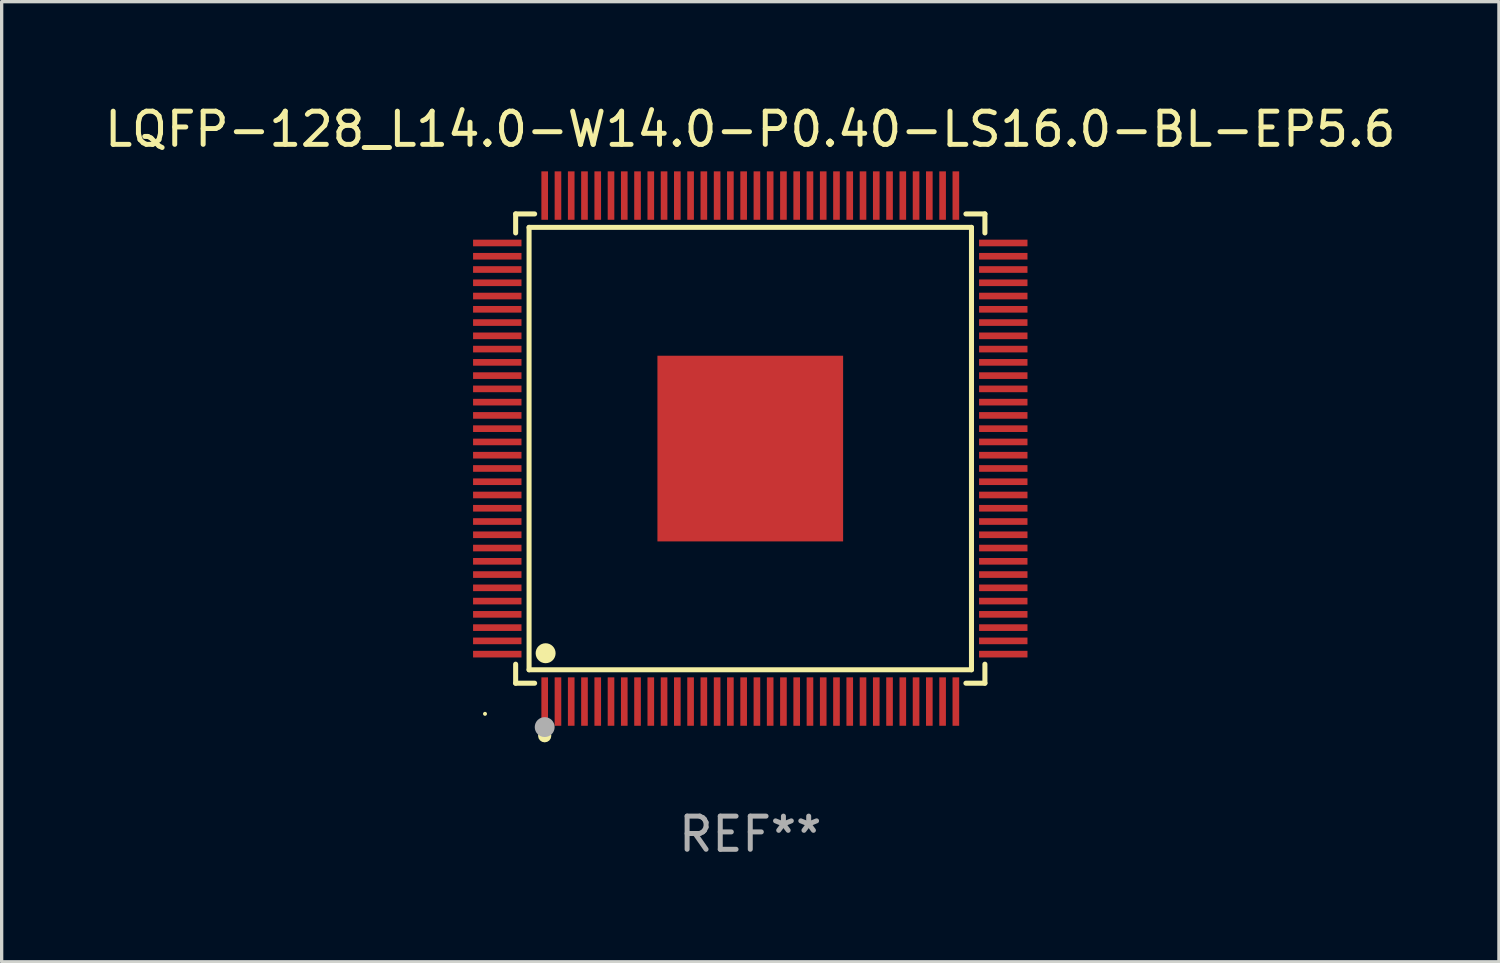
<source format=kicad_pcb>
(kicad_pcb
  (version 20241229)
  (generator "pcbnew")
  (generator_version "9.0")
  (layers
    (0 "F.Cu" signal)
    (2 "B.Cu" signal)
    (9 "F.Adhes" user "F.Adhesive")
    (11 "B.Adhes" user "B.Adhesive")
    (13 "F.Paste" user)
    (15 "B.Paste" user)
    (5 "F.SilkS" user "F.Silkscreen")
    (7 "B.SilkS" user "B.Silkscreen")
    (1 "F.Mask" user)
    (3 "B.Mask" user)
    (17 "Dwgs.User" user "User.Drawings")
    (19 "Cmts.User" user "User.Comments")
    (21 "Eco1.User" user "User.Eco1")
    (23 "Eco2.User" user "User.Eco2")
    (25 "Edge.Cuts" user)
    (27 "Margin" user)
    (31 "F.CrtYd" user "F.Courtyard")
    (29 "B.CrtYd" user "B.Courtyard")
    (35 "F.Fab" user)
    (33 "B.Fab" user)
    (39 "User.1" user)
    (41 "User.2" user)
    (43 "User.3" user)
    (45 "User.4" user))
  (footprint "LQFP-128_L14.0-W14.0-P0.40-LS16.0-BL-EP5.6"
    (layer "F.Cu")
    (at 19.577 10.478)
    (property "Reference" "LQFP-128_L14.0-W14.0-P0.40-LS16.0-BL-EP5.6" (at -0.000051 -9.63 0) (layer "F.SilkS") (effects (font (size 1 1) (thickness 0.15))))
    (attr through_hole)
    (fp_line (start -7.076 -7.076) (end -6.503 -7.076) (stroke (width 0.152) (type solid)) (layer "F.SilkS"))
    (fp_line (start -7.076 -6.503) (end -7.076 -7.076) (stroke (width 0.152) (type solid)) (layer "F.SilkS"))
    (fp_line (start -7.076 6.503) (end -7.076 7.076) (stroke (width 0.152) (type solid)) (layer "F.SilkS"))
    (fp_line (start -7.076 7.076) (end -6.503 7.076) (stroke (width 0.152) (type solid)) (layer "F.SilkS"))
    (fp_line (start -6.671 -6.671) (end 6.671 -6.671) (stroke (width 0.152) (type solid)) (layer "F.SilkS"))
    (fp_line (start -6.671 6.671) (end -6.671 -6.671) (stroke (width 0.152) (type solid)) (layer "F.SilkS"))
    (fp_line (start 6.671 -6.671) (end 6.671 6.671) (stroke (width 0.152) (type solid)) (layer "F.SilkS"))
    (fp_line (start 6.671 6.671) (end -6.671 6.671) (stroke (width 0.152) (type solid)) (layer "F.SilkS"))
    (fp_line (start 7.076 -7.076) (end 6.503 -7.076) (stroke (width 0.152) (type solid)) (layer "F.SilkS"))
    (fp_line (start 7.076 -6.503) (end 7.076 -7.076) (stroke (width 0.152) (type solid)) (layer "F.SilkS"))
    (fp_line (start 7.076 6.503) (end 7.076 7.076) (stroke (width 0.152) (type solid)) (layer "F.SilkS"))
    (fp_line (start 7.076 7.076) (end 6.503 7.076) (stroke (width 0.152) (type solid)) (layer "F.SilkS"))
    (fp_circle (center -8 8) (end -7.97 8) (stroke (width 0.06) (type solid)) (fill no) (layer "F.SilkS"))
    (fp_circle (center -6.2 8.66) (end -6.1 8.66) (stroke (width 0.2) (type solid)) (fill no) (layer "F.SilkS"))
    (fp_circle (center -6.172 6.172) (end -6.021 6.172) (stroke (width 0.3) (type solid)) (fill no) (layer "F.SilkS"))
    (fp_circle (center -6.2 8.4) (end -6.05 8.4) (stroke (width 0.3) (type solid)) (fill no) (layer "F.Fab"))
    (fp_text user "REF**" (at -0.000051 11.63 0) (layer "F.Fab") (effects (font (size 1 1) (thickness 0.15))))
    (pad "1" smd rect (at -6.2 7.63) (size 0.2 1.46) (layers "F.Cu" "F.Mask" "F.Paste"))
    (pad "2" smd rect (at -5.8 7.63) (size 0.2 1.46) (layers "F.Cu" "F.Mask" "F.Paste"))
    (pad "3" smd rect (at -5.4 7.63) (size 0.2 1.46) (layers "F.Cu" "F.Mask" "F.Paste"))
    (pad "4" smd rect (at -5 7.63) (size 0.2 1.46) (layers "F.Cu" "F.Mask" "F.Paste"))
    (pad "5" smd rect (at -4.6 7.63) (size 0.2 1.46) (layers "F.Cu" "F.Mask" "F.Paste"))
    (pad "6" smd rect (at -4.2 7.63) (size 0.2 1.46) (layers "F.Cu" "F.Mask" "F.Paste"))
    (pad "7" smd rect (at -3.8 7.63) (size 0.2 1.46) (layers "F.Cu" "F.Mask" "F.Paste"))
    (pad "8" smd rect (at -3.4 7.63) (size 0.2 1.46) (layers "F.Cu" "F.Mask" "F.Paste"))
    (pad "9" smd rect (at -3 7.63) (size 0.2 1.46) (layers "F.Cu" "F.Mask" "F.Paste"))
    (pad "10" smd rect (at -2.6 7.63) (size 0.2 1.46) (layers "F.Cu" "F.Mask" "F.Paste"))
    (pad "11" smd rect (at -2.2 7.63) (size 0.2 1.46) (layers "F.Cu" "F.Mask" "F.Paste"))
    (pad "12" smd rect (at -1.8 7.63) (size 0.2 1.46) (layers "F.Cu" "F.Mask" "F.Paste"))
    (pad "13" smd rect (at -1.4 7.63) (size 0.2 1.46) (layers "F.Cu" "F.Mask" "F.Paste"))
    (pad "14" smd rect (at -1 7.63) (size 0.2 1.46) (layers "F.Cu" "F.Mask" "F.Paste"))
    (pad "15" smd rect (at -0.6 7.63) (size 0.2 1.46) (layers "F.Cu" "F.Mask" "F.Paste"))
    (pad "16" smd rect (at -0.2 7.63) (size 0.2 1.46) (layers "F.Cu" "F.Mask" "F.Paste"))
    (pad "17" smd rect (at 0.2 7.63) (size 0.2 1.46) (layers "F.Cu" "F.Mask" "F.Paste"))
    (pad "18" smd rect (at 0.6 7.63) (size 0.2 1.46) (layers "F.Cu" "F.Mask" "F.Paste"))
    (pad "19" smd rect (at 1 7.63) (size 0.2 1.46) (layers "F.Cu" "F.Mask" "F.Paste"))
    (pad "20" smd rect (at 1.4 7.63) (size 0.2 1.46) (layers "F.Cu" "F.Mask" "F.Paste"))
    (pad "21" smd rect (at 1.8 7.63) (size 0.2 1.46) (layers "F.Cu" "F.Mask" "F.Paste"))
    (pad "22" smd rect (at 2.2 7.63) (size 0.2 1.46) (layers "F.Cu" "F.Mask" "F.Paste"))
    (pad "23" smd rect (at 2.6 7.63) (size 0.2 1.46) (layers "F.Cu" "F.Mask" "F.Paste"))
    (pad "24" smd rect (at 3 7.63) (size 0.2 1.46) (layers "F.Cu" "F.Mask" "F.Paste"))
    (pad "25" smd rect (at 3.4 7.63) (size 0.2 1.46) (layers "F.Cu" "F.Mask" "F.Paste"))
    (pad "26" smd rect (at 3.8 7.63) (size 0.2 1.46) (layers "F.Cu" "F.Mask" "F.Paste"))
    (pad "27" smd rect (at 4.2 7.63) (size 0.2 1.46) (layers "F.Cu" "F.Mask" "F.Paste"))
    (pad "28" smd rect (at 4.6 7.63) (size 0.2 1.46) (layers "F.Cu" "F.Mask" "F.Paste"))
    (pad "29" smd rect (at 5 7.63) (size 0.2 1.46) (layers "F.Cu" "F.Mask" "F.Paste"))
    (pad "30" smd rect (at 5.4 7.63) (size 0.2 1.46) (layers "F.Cu" "F.Mask" "F.Paste"))
    (pad "31" smd rect (at 5.8 7.63) (size 0.2 1.46) (layers "F.Cu" "F.Mask" "F.Paste"))
    (pad "32" smd rect (at 6.2 7.63) (size 0.2 1.46) (layers "F.Cu" "F.Mask" "F.Paste"))
    (pad "33" smd rect (at 7.63 6.2) (size 1.46 0.2) (layers "F.Cu" "F.Mask" "F.Paste"))
    (pad "34" smd rect (at 7.63 5.8) (size 1.46 0.2) (layers "F.Cu" "F.Mask" "F.Paste"))
    (pad "35" smd rect (at 7.63 5.4) (size 1.46 0.2) (layers "F.Cu" "F.Mask" "F.Paste"))
    (pad "36" smd rect (at 7.63 5) (size 1.46 0.2) (layers "F.Cu" "F.Mask" "F.Paste"))
    (pad "37" smd rect (at 7.63 4.6) (size 1.46 0.2) (layers "F.Cu" "F.Mask" "F.Paste"))
    (pad "38" smd rect (at 7.63 4.2) (size 1.46 0.2) (layers "F.Cu" "F.Mask" "F.Paste"))
    (pad "39" smd rect (at 7.63 3.8) (size 1.46 0.2) (layers "F.Cu" "F.Mask" "F.Paste"))
    (pad "40" smd rect (at 7.63 3.4) (size 1.46 0.2) (layers "F.Cu" "F.Mask" "F.Paste"))
    (pad "41" smd rect (at 7.63 3) (size 1.46 0.2) (layers "F.Cu" "F.Mask" "F.Paste"))
    (pad "42" smd rect (at 7.63 2.6) (size 1.46 0.2) (layers "F.Cu" "F.Mask" "F.Paste"))
    (pad "43" smd rect (at 7.63 2.2) (size 1.46 0.2) (layers "F.Cu" "F.Mask" "F.Paste"))
    (pad "44" smd rect (at 7.63 1.8) (size 1.46 0.2) (layers "F.Cu" "F.Mask" "F.Paste"))
    (pad "45" smd rect (at 7.63 1.4) (size 1.46 0.2) (layers "F.Cu" "F.Mask" "F.Paste"))
    (pad "46" smd rect (at 7.63 1) (size 1.46 0.2) (layers "F.Cu" "F.Mask" "F.Paste"))
    (pad "47" smd rect (at 7.63 0.6) (size 1.46 0.2) (layers "F.Cu" "F.Mask" "F.Paste"))
    (pad "48" smd rect (at 7.63 0.2) (size 1.46 0.2) (layers "F.Cu" "F.Mask" "F.Paste"))
    (pad "49" smd rect (at 7.63 -0.2) (size 1.46 0.2) (layers "F.Cu" "F.Mask" "F.Paste"))
    (pad "50" smd rect (at 7.63 -0.6) (size 1.46 0.2) (layers "F.Cu" "F.Mask" "F.Paste"))
    (pad "51" smd rect (at 7.63 -1) (size 1.46 0.2) (layers "F.Cu" "F.Mask" "F.Paste"))
    (pad "52" smd rect (at 7.63 -1.4) (size 1.46 0.2) (layers "F.Cu" "F.Mask" "F.Paste"))
    (pad "53" smd rect (at 7.63 -1.8) (size 1.46 0.2) (layers "F.Cu" "F.Mask" "F.Paste"))
    (pad "54" smd rect (at 7.63 -2.2) (size 1.46 0.2) (layers "F.Cu" "F.Mask" "F.Paste"))
    (pad "55" smd rect (at 7.63 -2.6) (size 1.46 0.2) (layers "F.Cu" "F.Mask" "F.Paste"))
    (pad "56" smd rect (at 7.63 -3) (size 1.46 0.2) (layers "F.Cu" "F.Mask" "F.Paste"))
    (pad "57" smd rect (at 7.63 -3.4) (size 1.46 0.2) (layers "F.Cu" "F.Mask" "F.Paste"))
    (pad "58" smd rect (at 7.63 -3.8) (size 1.46 0.2) (layers "F.Cu" "F.Mask" "F.Paste"))
    (pad "59" smd rect (at 7.63 -4.2) (size 1.46 0.2) (layers "F.Cu" "F.Mask" "F.Paste"))
    (pad "60" smd rect (at 7.63 -4.6) (size 1.46 0.2) (layers "F.Cu" "F.Mask" "F.Paste"))
    (pad "61" smd rect (at 7.63 -5) (size 1.46 0.2) (layers "F.Cu" "F.Mask" "F.Paste"))
    (pad "62" smd rect (at 7.63 -5.4) (size 1.46 0.2) (layers "F.Cu" "F.Mask" "F.Paste"))
    (pad "63" smd rect (at 7.63 -5.8) (size 1.46 0.2) (layers "F.Cu" "F.Mask" "F.Paste"))
    (pad "64" smd rect (at 7.63 -6.2) (size 1.46 0.2) (layers "F.Cu" "F.Mask" "F.Paste"))
    (pad "65" smd rect (at 6.2 -7.63) (size 0.2 1.46) (layers "F.Cu" "F.Mask" "F.Paste"))
    (pad "66" smd rect (at 5.8 -7.63) (size 0.2 1.46) (layers "F.Cu" "F.Mask" "F.Paste"))
    (pad "67" smd rect (at 5.4 -7.63) (size 0.2 1.46) (layers "F.Cu" "F.Mask" "F.Paste"))
    (pad "68" smd rect (at 5 -7.63) (size 0.2 1.46) (layers "F.Cu" "F.Mask" "F.Paste"))
    (pad "69" smd rect (at 4.6 -7.63) (size 0.2 1.46) (layers "F.Cu" "F.Mask" "F.Paste"))
    (pad "70" smd rect (at 4.2 -7.63) (size 0.2 1.46) (layers "F.Cu" "F.Mask" "F.Paste"))
    (pad "71" smd rect (at 3.8 -7.63) (size 0.2 1.46) (layers "F.Cu" "F.Mask" "F.Paste"))
    (pad "72" smd rect (at 3.4 -7.63) (size 0.2 1.46) (layers "F.Cu" "F.Mask" "F.Paste"))
    (pad "73" smd rect (at 3 -7.63) (size 0.2 1.46) (layers "F.Cu" "F.Mask" "F.Paste"))
    (pad "74" smd rect (at 2.6 -7.63) (size 0.2 1.46) (layers "F.Cu" "F.Mask" "F.Paste"))
    (pad "75" smd rect (at 2.2 -7.63) (size 0.2 1.46) (layers "F.Cu" "F.Mask" "F.Paste"))
    (pad "76" smd rect (at 1.8 -7.63) (size 0.2 1.46) (layers "F.Cu" "F.Mask" "F.Paste"))
    (pad "77" smd rect (at 1.4 -7.63) (size 0.2 1.46) (layers "F.Cu" "F.Mask" "F.Paste"))
    (pad "78" smd rect (at 1 -7.63) (size 0.2 1.46) (layers "F.Cu" "F.Mask" "F.Paste"))
    (pad "79" smd rect (at 0.6 -7.63) (size 0.2 1.46) (layers "F.Cu" "F.Mask" "F.Paste"))
    (pad "80" smd rect (at 0.2 -7.63) (size 0.2 1.46) (layers "F.Cu" "F.Mask" "F.Paste"))
    (pad "81" smd rect (at -0.2 -7.63) (size 0.2 1.46) (layers "F.Cu" "F.Mask" "F.Paste"))
    (pad "82" smd rect (at -0.6 -7.63) (size 0.2 1.46) (layers "F.Cu" "F.Mask" "F.Paste"))
    (pad "83" smd rect (at -1 -7.63) (size 0.2 1.46) (layers "F.Cu" "F.Mask" "F.Paste"))
    (pad "84" smd rect (at -1.4 -7.63) (size 0.2 1.46) (layers "F.Cu" "F.Mask" "F.Paste"))
    (pad "85" smd rect (at -1.8 -7.63) (size 0.2 1.46) (layers "F.Cu" "F.Mask" "F.Paste"))
    (pad "86" smd rect (at -2.2 -7.63) (size 0.2 1.46) (layers "F.Cu" "F.Mask" "F.Paste"))
    (pad "87" smd rect (at -2.6 -7.63) (size 0.2 1.46) (layers "F.Cu" "F.Mask" "F.Paste"))
    (pad "88" smd rect (at -3 -7.63) (size 0.2 1.46) (layers "F.Cu" "F.Mask" "F.Paste"))
    (pad "89" smd rect (at -3.4 -7.63) (size 0.2 1.46) (layers "F.Cu" "F.Mask" "F.Paste"))
    (pad "90" smd rect (at -3.8 -7.63) (size 0.2 1.46) (layers "F.Cu" "F.Mask" "F.Paste"))
    (pad "91" smd rect (at -4.2 -7.63) (size 0.2 1.46) (layers "F.Cu" "F.Mask" "F.Paste"))
    (pad "92" smd rect (at -4.6 -7.63) (size 0.2 1.46) (layers "F.Cu" "F.Mask" "F.Paste"))
    (pad "93" smd rect (at -5 -7.63) (size 0.2 1.46) (layers "F.Cu" "F.Mask" "F.Paste"))
    (pad "94" smd rect (at -5.4 -7.63) (size 0.2 1.46) (layers "F.Cu" "F.Mask" "F.Paste"))
    (pad "95" smd rect (at -5.8 -7.63) (size 0.2 1.46) (layers "F.Cu" "F.Mask" "F.Paste"))
    (pad "96" smd rect (at -6.2 -7.63) (size 0.2 1.46) (layers "F.Cu" "F.Mask" "F.Paste"))
    (pad "97" smd rect (at -7.63 -6.2) (size 1.46 0.2) (layers "F.Cu" "F.Mask" "F.Paste"))
    (pad "98" smd rect (at -7.63 -5.8) (size 1.46 0.2) (layers "F.Cu" "F.Mask" "F.Paste"))
    (pad "99" smd rect (at -7.63 -5.4) (size 1.46 0.2) (layers "F.Cu" "F.Mask" "F.Paste"))
    (pad "100" smd rect (at -7.63 -5) (size 1.46 0.2) (layers "F.Cu" "F.Mask" "F.Paste"))
    (pad "101" smd rect (at -7.63 -4.6) (size 1.46 0.2) (layers "F.Cu" "F.Mask" "F.Paste"))
    (pad "102" smd rect (at -7.63 -4.2) (size 1.46 0.2) (layers "F.Cu" "F.Mask" "F.Paste"))
    (pad "103" smd rect (at -7.63 -3.8) (size 1.46 0.2) (layers "F.Cu" "F.Mask" "F.Paste"))
    (pad "104" smd rect (at -7.63 -3.4) (size 1.46 0.2) (layers "F.Cu" "F.Mask" "F.Paste"))
    (pad "105" smd rect (at -7.63 -3) (size 1.46 0.2) (layers "F.Cu" "F.Mask" "F.Paste"))
    (pad "106" smd rect (at -7.63 -2.6) (size 1.46 0.2) (layers "F.Cu" "F.Mask" "F.Paste"))
    (pad "107" smd rect (at -7.63 -2.2) (size 1.46 0.2) (layers "F.Cu" "F.Mask" "F.Paste"))
    (pad "108" smd rect (at -7.63 -1.8) (size 1.46 0.2) (layers "F.Cu" "F.Mask" "F.Paste"))
    (pad "109" smd rect (at -7.63 -1.4) (size 1.46 0.2) (layers "F.Cu" "F.Mask" "F.Paste"))
    (pad "110" smd rect (at -7.63 -1) (size 1.46 0.2) (layers "F.Cu" "F.Mask" "F.Paste"))
    (pad "111" smd rect (at -7.63 -0.6) (size 1.46 0.2) (layers "F.Cu" "F.Mask" "F.Paste"))
    (pad "112" smd rect (at -7.63 -0.2) (size 1.46 0.2) (layers "F.Cu" "F.Mask" "F.Paste"))
    (pad "113" smd rect (at -7.63 0.2) (size 1.46 0.2) (layers "F.Cu" "F.Mask" "F.Paste"))
    (pad "114" smd rect (at -7.63 0.6) (size 1.46 0.2) (layers "F.Cu" "F.Mask" "F.Paste"))
    (pad "115" smd rect (at -7.63 1) (size 1.46 0.2) (layers "F.Cu" "F.Mask" "F.Paste"))
    (pad "116" smd rect (at -7.63 1.4) (size 1.46 0.2) (layers "F.Cu" "F.Mask" "F.Paste"))
    (pad "117" smd rect (at -7.63 1.8) (size 1.46 0.2) (layers "F.Cu" "F.Mask" "F.Paste"))
    (pad "118" smd rect (at -7.63 2.2) (size 1.46 0.2) (layers "F.Cu" "F.Mask" "F.Paste"))
    (pad "119" smd rect (at -7.63 2.6) (size 1.46 0.2) (layers "F.Cu" "F.Mask" "F.Paste"))
    (pad "120" smd rect (at -7.63 3) (size 1.46 0.2) (layers "F.Cu" "F.Mask" "F.Paste"))
    (pad "121" smd rect (at -7.63 3.4) (size 1.46 0.2) (layers "F.Cu" "F.Mask" "F.Paste"))
    (pad "122" smd rect (at -7.63 3.8) (size 1.46 0.2) (layers "F.Cu" "F.Mask" "F.Paste"))
    (pad "123" smd rect (at -7.63 4.2) (size 1.46 0.2) (layers "F.Cu" "F.Mask" "F.Paste"))
    (pad "124" smd rect (at -7.63 4.6) (size 1.46 0.2) (layers "F.Cu" "F.Mask" "F.Paste"))
    (pad "125" smd rect (at -7.63 5) (size 1.46 0.2) (layers "F.Cu" "F.Mask" "F.Paste"))
    (pad "126" smd rect (at -7.63 5.4) (size 1.46 0.2) (layers "F.Cu" "F.Mask" "F.Paste"))
    (pad "127" smd rect (at -7.63 5.8) (size 1.46 0.2) (layers "F.Cu" "F.Mask" "F.Paste"))
    (pad "128" smd rect (at -7.63 6.2) (size 1.46 0.2) (layers "F.Cu" "F.Mask" "F.Paste"))
    (pad "129" smd rect (at -0.000051 0.000127) (size 5.6 5.6) (layers "F.Cu" "F.Mask" "F.Paste")))
  (gr_rect
    (start -3 -3)
    (end 42.155 25.956)
    (stroke (width 0.1) (type default))
    (fill no)
    (layer "Edge.Cuts")))
</source>
